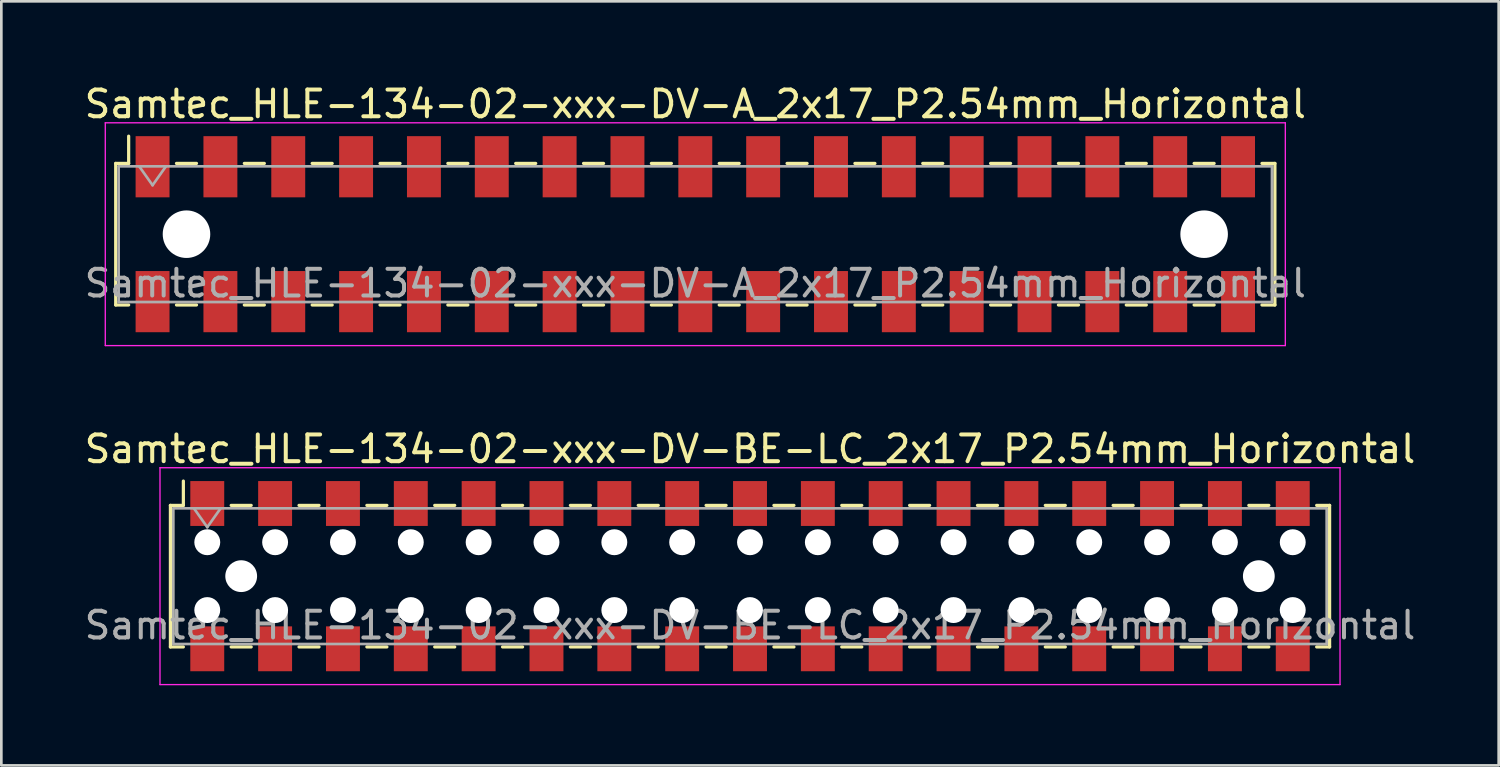
<source format=kicad_pcb>
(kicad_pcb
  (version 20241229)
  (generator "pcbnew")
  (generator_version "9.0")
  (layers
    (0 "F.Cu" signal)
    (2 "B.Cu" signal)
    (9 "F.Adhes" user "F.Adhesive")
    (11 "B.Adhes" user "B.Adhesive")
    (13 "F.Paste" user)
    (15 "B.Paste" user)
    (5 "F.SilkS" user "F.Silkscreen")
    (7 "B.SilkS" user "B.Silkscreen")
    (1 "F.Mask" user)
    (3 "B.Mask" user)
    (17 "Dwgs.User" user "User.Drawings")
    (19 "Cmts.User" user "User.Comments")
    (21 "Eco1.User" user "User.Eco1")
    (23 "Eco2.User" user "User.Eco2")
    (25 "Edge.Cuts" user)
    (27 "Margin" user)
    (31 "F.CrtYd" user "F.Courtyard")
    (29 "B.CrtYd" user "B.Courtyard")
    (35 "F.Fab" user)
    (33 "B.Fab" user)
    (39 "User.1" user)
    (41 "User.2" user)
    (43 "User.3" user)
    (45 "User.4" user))
  (footprint "Samtec_HLE-134-02-xxx-DV-A_2x17_P2.54mm_Horizontal"
    (layer "F.Cu")
    (at 22.982 5.718)
    (property "Reference" "Samtec_HLE-134-02-xxx-DV-A_2x17_P2.54mm_Horizontal" (at 0 -4.87 0) (layer "F.SilkS") (effects (font (size 1 1) (thickness 0.15))))
    (attr smd)
    (fp_line (start -21.7 -2.65) (end -21.7 2.65) (stroke (width 0.12) (type solid)) (layer "F.SilkS"))
    (fp_line (start -21.7 2.65) (end -21.215 2.65) (stroke (width 0.12) (type solid)) (layer "F.SilkS"))
    (fp_line (start -21.215 -3.67) (end -21.215 -2.65) (stroke (width 0.12) (type solid)) (layer "F.SilkS"))
    (fp_line (start -21.215 -2.65) (end -21.7 -2.65) (stroke (width 0.12) (type solid)) (layer "F.SilkS"))
    (fp_line (start -19.425 -2.65) (end -18.675 -2.65) (stroke (width 0.12) (type solid)) (layer "F.SilkS"))
    (fp_line (start -19.425 2.65) (end -18.675 2.65) (stroke (width 0.12) (type solid)) (layer "F.SilkS"))
    (fp_line (start -16.885 -2.65) (end -16.135 -2.65) (stroke (width 0.12) (type solid)) (layer "F.SilkS"))
    (fp_line (start -16.885 2.65) (end -16.135 2.65) (stroke (width 0.12) (type solid)) (layer "F.SilkS"))
    (fp_line (start -14.345 -2.65) (end -13.595 -2.65) (stroke (width 0.12) (type solid)) (layer "F.SilkS"))
    (fp_line (start -14.345 2.65) (end -13.595 2.65) (stroke (width 0.12) (type solid)) (layer "F.SilkS"))
    (fp_line (start -11.805 -2.65) (end -11.055 -2.65) (stroke (width 0.12) (type solid)) (layer "F.SilkS"))
    (fp_line (start -11.805 2.65) (end -11.055 2.65) (stroke (width 0.12) (type solid)) (layer "F.SilkS"))
    (fp_line (start -9.265 -2.65) (end -8.515 -2.65) (stroke (width 0.12) (type solid)) (layer "F.SilkS"))
    (fp_line (start -9.265 2.65) (end -8.515 2.65) (stroke (width 0.12) (type solid)) (layer "F.SilkS"))
    (fp_line (start -6.725 -2.65) (end -5.975 -2.65) (stroke (width 0.12) (type solid)) (layer "F.SilkS"))
    (fp_line (start -6.725 2.65) (end -5.975 2.65) (stroke (width 0.12) (type solid)) (layer "F.SilkS"))
    (fp_line (start -4.185 -2.65) (end -3.435 -2.65) (stroke (width 0.12) (type solid)) (layer "F.SilkS"))
    (fp_line (start -4.185 2.65) (end -3.435 2.65) (stroke (width 0.12) (type solid)) (layer "F.SilkS"))
    (fp_line (start -1.645 -2.65) (end -0.895 -2.65) (stroke (width 0.12) (type solid)) (layer "F.SilkS"))
    (fp_line (start -1.645 2.65) (end -0.895 2.65) (stroke (width 0.12) (type solid)) (layer "F.SilkS"))
    (fp_line (start 0.895 -2.65) (end 1.645 -2.65) (stroke (width 0.12) (type solid)) (layer "F.SilkS"))
    (fp_line (start 0.895 2.65) (end 1.645 2.65) (stroke (width 0.12) (type solid)) (layer "F.SilkS"))
    (fp_line (start 3.435 -2.65) (end 4.185 -2.65) (stroke (width 0.12) (type solid)) (layer "F.SilkS"))
    (fp_line (start 3.435 2.65) (end 4.185 2.65) (stroke (width 0.12) (type solid)) (layer "F.SilkS"))
    (fp_line (start 5.975 -2.65) (end 6.725 -2.65) (stroke (width 0.12) (type solid)) (layer "F.SilkS"))
    (fp_line (start 5.975 2.65) (end 6.725 2.65) (stroke (width 0.12) (type solid)) (layer "F.SilkS"))
    (fp_line (start 8.515 -2.65) (end 9.265 -2.65) (stroke (width 0.12) (type solid)) (layer "F.SilkS"))
    (fp_line (start 8.515 2.65) (end 9.265 2.65) (stroke (width 0.12) (type solid)) (layer "F.SilkS"))
    (fp_line (start 11.055 -2.65) (end 11.805 -2.65) (stroke (width 0.12) (type solid)) (layer "F.SilkS"))
    (fp_line (start 11.055 2.65) (end 11.805 2.65) (stroke (width 0.12) (type solid)) (layer "F.SilkS"))
    (fp_line (start 13.595 -2.65) (end 14.345 -2.65) (stroke (width 0.12) (type solid)) (layer "F.SilkS"))
    (fp_line (start 13.595 2.65) (end 14.345 2.65) (stroke (width 0.12) (type solid)) (layer "F.SilkS"))
    (fp_line (start 16.135 -2.65) (end 16.885 -2.65) (stroke (width 0.12) (type solid)) (layer "F.SilkS"))
    (fp_line (start 16.135 2.65) (end 16.885 2.65) (stroke (width 0.12) (type solid)) (layer "F.SilkS"))
    (fp_line (start 18.675 -2.65) (end 19.425 -2.65) (stroke (width 0.12) (type solid)) (layer "F.SilkS"))
    (fp_line (start 18.675 2.65) (end 19.425 2.65) (stroke (width 0.12) (type solid)) (layer "F.SilkS"))
    (fp_line (start 21.215 -2.65) (end 21.7 -2.65) (stroke (width 0.12) (type solid)) (layer "F.SilkS"))
    (fp_line (start 21.7 -2.65) (end 21.7 2.65) (stroke (width 0.12) (type solid)) (layer "F.SilkS"))
    (fp_line (start 21.7 2.65) (end 21.215 2.65) (stroke (width 0.12) (type solid)) (layer "F.SilkS"))
    (fp_line (start -22.09 -4.17) (end 22.09 -4.17) (stroke (width 0.05) (type solid)) (layer "F.CrtYd"))
    (fp_line (start -22.09 4.17) (end -22.09 -4.17) (stroke (width 0.05) (type solid)) (layer "F.CrtYd"))
    (fp_line (start 22.09 -4.17) (end 22.09 4.17) (stroke (width 0.05) (type solid)) (layer "F.CrtYd"))
    (fp_line (start 22.09 4.17) (end -22.09 4.17) (stroke (width 0.05) (type solid)) (layer "F.CrtYd"))
    (fp_line (start -21.59 -2.54) (end 21.59 -2.54) (stroke (width 0.1) (type solid)) (layer "F.Fab"))
    (fp_line (start -21.59 2.54) (end -21.59 -2.54) (stroke (width 0.1) (type solid)) (layer "F.Fab"))
    (fp_line (start -20.82 -2.54) (end -20.32 -1.833) (stroke (width 0.1) (type solid)) (layer "F.Fab"))
    (fp_line (start -20.32 -1.833) (end -19.82 -2.54) (stroke (width 0.1) (type solid)) (layer "F.Fab"))
    (fp_line (start 21.59 -2.54) (end 21.59 2.54) (stroke (width 0.1) (type solid)) (layer "F.Fab"))
    (fp_line (start 21.59 2.54) (end -21.59 2.54) (stroke (width 0.1) (type solid)) (layer "F.Fab"))
    (fp_text user "${REFERENCE}" (at 0 1.84 0) (layer "F.Fab") (effects (font (size 1 1) (thickness 0.15))))
    (pad "" np_thru_hole circle (at -19.05 0) (size 1.78 1.78) (drill 1.78) (layers "*.Cu" "*.Mask"))
    (pad "" np_thru_hole circle (at 19.05 0) (size 1.78 1.78) (drill 1.78) (layers "*.Cu" "*.Mask"))
    (pad "1" smd rect (at -20.32 -2.525) (size 1.27 2.29) (layers "F.Cu" "F.Mask" "F.Paste"))
    (pad "2" smd rect (at -20.32 2.525) (size 1.27 2.29) (layers "F.Cu" "F.Mask" "F.Paste"))
    (pad "3" smd rect (at -17.78 -2.525) (size 1.27 2.29) (layers "F.Cu" "F.Mask" "F.Paste"))
    (pad "4" smd rect (at -17.78 2.525) (size 1.27 2.29) (layers "F.Cu" "F.Mask" "F.Paste"))
    (pad "5" smd rect (at -15.24 -2.525) (size 1.27 2.29) (layers "F.Cu" "F.Mask" "F.Paste"))
    (pad "6" smd rect (at -15.24 2.525) (size 1.27 2.29) (layers "F.Cu" "F.Mask" "F.Paste"))
    (pad "7" smd rect (at -12.7 -2.525) (size 1.27 2.29) (layers "F.Cu" "F.Mask" "F.Paste"))
    (pad "8" smd rect (at -12.7 2.525) (size 1.27 2.29) (layers "F.Cu" "F.Mask" "F.Paste"))
    (pad "9" smd rect (at -10.16 -2.525) (size 1.27 2.29) (layers "F.Cu" "F.Mask" "F.Paste"))
    (pad "10" smd rect (at -10.16 2.525) (size 1.27 2.29) (layers "F.Cu" "F.Mask" "F.Paste"))
    (pad "11" smd rect (at -7.62 -2.525) (size 1.27 2.29) (layers "F.Cu" "F.Mask" "F.Paste"))
    (pad "12" smd rect (at -7.62 2.525) (size 1.27 2.29) (layers "F.Cu" "F.Mask" "F.Paste"))
    (pad "13" smd rect (at -5.08 -2.525) (size 1.27 2.29) (layers "F.Cu" "F.Mask" "F.Paste"))
    (pad "14" smd rect (at -5.08 2.525) (size 1.27 2.29) (layers "F.Cu" "F.Mask" "F.Paste"))
    (pad "15" smd rect (at -2.54 -2.525) (size 1.27 2.29) (layers "F.Cu" "F.Mask" "F.Paste"))
    (pad "16" smd rect (at -2.54 2.525) (size 1.27 2.29) (layers "F.Cu" "F.Mask" "F.Paste"))
    (pad "17" smd rect (at 0 -2.525) (size 1.27 2.29) (layers "F.Cu" "F.Mask" "F.Paste"))
    (pad "18" smd rect (at 0 2.525) (size 1.27 2.29) (layers "F.Cu" "F.Mask" "F.Paste"))
    (pad "19" smd rect (at 2.54 -2.525) (size 1.27 2.29) (layers "F.Cu" "F.Mask" "F.Paste"))
    (pad "20" smd rect (at 2.54 2.525) (size 1.27 2.29) (layers "F.Cu" "F.Mask" "F.Paste"))
    (pad "21" smd rect (at 5.08 -2.525) (size 1.27 2.29) (layers "F.Cu" "F.Mask" "F.Paste"))
    (pad "22" smd rect (at 5.08 2.525) (size 1.27 2.29) (layers "F.Cu" "F.Mask" "F.Paste"))
    (pad "23" smd rect (at 7.62 -2.525) (size 1.27 2.29) (layers "F.Cu" "F.Mask" "F.Paste"))
    (pad "24" smd rect (at 7.62 2.525) (size 1.27 2.29) (layers "F.Cu" "F.Mask" "F.Paste"))
    (pad "25" smd rect (at 10.16 -2.525) (size 1.27 2.29) (layers "F.Cu" "F.Mask" "F.Paste"))
    (pad "26" smd rect (at 10.16 2.525) (size 1.27 2.29) (layers "F.Cu" "F.Mask" "F.Paste"))
    (pad "27" smd rect (at 12.7 -2.525) (size 1.27 2.29) (layers "F.Cu" "F.Mask" "F.Paste"))
    (pad "28" smd rect (at 12.7 2.525) (size 1.27 2.29) (layers "F.Cu" "F.Mask" "F.Paste"))
    (pad "29" smd rect (at 15.24 -2.525) (size 1.27 2.29) (layers "F.Cu" "F.Mask" "F.Paste"))
    (pad "30" smd rect (at 15.24 2.525) (size 1.27 2.29) (layers "F.Cu" "F.Mask" "F.Paste"))
    (pad "31" smd rect (at 17.78 -2.525) (size 1.27 2.29) (layers "F.Cu" "F.Mask" "F.Paste"))
    (pad "32" smd rect (at 17.78 2.525) (size 1.27 2.29) (layers "F.Cu" "F.Mask" "F.Paste"))
    (pad "33" smd rect (at 20.32 -2.525) (size 1.27 2.29) (layers "F.Cu" "F.Mask" "F.Paste"))
    (pad "34" smd rect (at 20.32 2.525) (size 1.27 2.29) (layers "F.Cu" "F.Mask" "F.Paste")))
  (footprint "Samtec_HLE-134-02-xxx-DV-BE-LC_2x17_P2.54mm_Horizontal"
    (layer "F.Cu")
    (at 25.03 18.521)
    (property "Reference" "Samtec_HLE-134-02-xxx-DV-BE-LC_2x17_P2.54mm_Horizontal" (at 0 -4.76 0) (layer "F.SilkS") (effects (font (size 1 1) (thickness 0.15))))
    (attr smd)
    (fp_line (start -21.7 -2.65) (end -21.7 2.65) (stroke (width 0.12) (type solid)) (layer "F.SilkS"))
    (fp_line (start -21.7 2.65) (end -21.215 2.65) (stroke (width 0.12) (type solid)) (layer "F.SilkS"))
    (fp_line (start -21.215 -3.56) (end -21.215 -2.65) (stroke (width 0.12) (type solid)) (layer "F.SilkS"))
    (fp_line (start -21.215 -2.65) (end -21.7 -2.65) (stroke (width 0.12) (type solid)) (layer "F.SilkS"))
    (fp_line (start -19.425 -2.65) (end -18.675 -2.65) (stroke (width 0.12) (type solid)) (layer "F.SilkS"))
    (fp_line (start -19.425 2.65) (end -18.675 2.65) (stroke (width 0.12) (type solid)) (layer "F.SilkS"))
    (fp_line (start -16.885 -2.65) (end -16.135 -2.65) (stroke (width 0.12) (type solid)) (layer "F.SilkS"))
    (fp_line (start -16.885 2.65) (end -16.135 2.65) (stroke (width 0.12) (type solid)) (layer "F.SilkS"))
    (fp_line (start -14.345 -2.65) (end -13.595 -2.65) (stroke (width 0.12) (type solid)) (layer "F.SilkS"))
    (fp_line (start -14.345 2.65) (end -13.595 2.65) (stroke (width 0.12) (type solid)) (layer "F.SilkS"))
    (fp_line (start -11.805 -2.65) (end -11.055 -2.65) (stroke (width 0.12) (type solid)) (layer "F.SilkS"))
    (fp_line (start -11.805 2.65) (end -11.055 2.65) (stroke (width 0.12) (type solid)) (layer "F.SilkS"))
    (fp_line (start -9.265 -2.65) (end -8.515 -2.65) (stroke (width 0.12) (type solid)) (layer "F.SilkS"))
    (fp_line (start -9.265 2.65) (end -8.515 2.65) (stroke (width 0.12) (type solid)) (layer "F.SilkS"))
    (fp_line (start -6.725 -2.65) (end -5.975 -2.65) (stroke (width 0.12) (type solid)) (layer "F.SilkS"))
    (fp_line (start -6.725 2.65) (end -5.975 2.65) (stroke (width 0.12) (type solid)) (layer "F.SilkS"))
    (fp_line (start -4.185 -2.65) (end -3.435 -2.65) (stroke (width 0.12) (type solid)) (layer "F.SilkS"))
    (fp_line (start -4.185 2.65) (end -3.435 2.65) (stroke (width 0.12) (type solid)) (layer "F.SilkS"))
    (fp_line (start -1.645 -2.65) (end -0.895 -2.65) (stroke (width 0.12) (type solid)) (layer "F.SilkS"))
    (fp_line (start -1.645 2.65) (end -0.895 2.65) (stroke (width 0.12) (type solid)) (layer "F.SilkS"))
    (fp_line (start 0.895 -2.65) (end 1.645 -2.65) (stroke (width 0.12) (type solid)) (layer "F.SilkS"))
    (fp_line (start 0.895 2.65) (end 1.645 2.65) (stroke (width 0.12) (type solid)) (layer "F.SilkS"))
    (fp_line (start 3.435 -2.65) (end 4.185 -2.65) (stroke (width 0.12) (type solid)) (layer "F.SilkS"))
    (fp_line (start 3.435 2.65) (end 4.185 2.65) (stroke (width 0.12) (type solid)) (layer "F.SilkS"))
    (fp_line (start 5.975 -2.65) (end 6.725 -2.65) (stroke (width 0.12) (type solid)) (layer "F.SilkS"))
    (fp_line (start 5.975 2.65) (end 6.725 2.65) (stroke (width 0.12) (type solid)) (layer "F.SilkS"))
    (fp_line (start 8.515 -2.65) (end 9.265 -2.65) (stroke (width 0.12) (type solid)) (layer "F.SilkS"))
    (fp_line (start 8.515 2.65) (end 9.265 2.65) (stroke (width 0.12) (type solid)) (layer "F.SilkS"))
    (fp_line (start 11.055 -2.65) (end 11.805 -2.65) (stroke (width 0.12) (type solid)) (layer "F.SilkS"))
    (fp_line (start 11.055 2.65) (end 11.805 2.65) (stroke (width 0.12) (type solid)) (layer "F.SilkS"))
    (fp_line (start 13.595 -2.65) (end 14.345 -2.65) (stroke (width 0.12) (type solid)) (layer "F.SilkS"))
    (fp_line (start 13.595 2.65) (end 14.345 2.65) (stroke (width 0.12) (type solid)) (layer "F.SilkS"))
    (fp_line (start 16.135 -2.65) (end 16.885 -2.65) (stroke (width 0.12) (type solid)) (layer "F.SilkS"))
    (fp_line (start 16.135 2.65) (end 16.885 2.65) (stroke (width 0.12) (type solid)) (layer "F.SilkS"))
    (fp_line (start 18.675 -2.65) (end 19.425 -2.65) (stroke (width 0.12) (type solid)) (layer "F.SilkS"))
    (fp_line (start 18.675 2.65) (end 19.425 2.65) (stroke (width 0.12) (type solid)) (layer "F.SilkS"))
    (fp_line (start 21.215 -2.65) (end 21.7 -2.65) (stroke (width 0.12) (type solid)) (layer "F.SilkS"))
    (fp_line (start 21.7 -2.65) (end 21.7 2.65) (stroke (width 0.12) (type solid)) (layer "F.SilkS"))
    (fp_line (start 21.7 2.65) (end 21.215 2.65) (stroke (width 0.12) (type solid)) (layer "F.SilkS"))
    (fp_line (start -22.09 -4.06) (end 22.09 -4.06) (stroke (width 0.05) (type solid)) (layer "F.CrtYd"))
    (fp_line (start -22.09 4.06) (end -22.09 -4.06) (stroke (width 0.05) (type solid)) (layer "F.CrtYd"))
    (fp_line (start 22.09 -4.06) (end 22.09 4.06) (stroke (width 0.05) (type solid)) (layer "F.CrtYd"))
    (fp_line (start 22.09 4.06) (end -22.09 4.06) (stroke (width 0.05) (type solid)) (layer "F.CrtYd"))
    (fp_line (start -21.59 -2.54) (end 21.59 -2.54) (stroke (width 0.1) (type solid)) (layer "F.Fab"))
    (fp_line (start -21.59 2.54) (end -21.59 -2.54) (stroke (width 0.1) (type solid)) (layer "F.Fab"))
    (fp_line (start -20.82 -2.54) (end -20.32 -1.833) (stroke (width 0.1) (type solid)) (layer "F.Fab"))
    (fp_line (start -20.32 -1.833) (end -19.82 -2.54) (stroke (width 0.1) (type solid)) (layer "F.Fab"))
    (fp_line (start 21.59 -2.54) (end 21.59 2.54) (stroke (width 0.1) (type solid)) (layer "F.Fab"))
    (fp_line (start 21.59 2.54) (end -21.59 2.54) (stroke (width 0.1) (type solid)) (layer "F.Fab"))
    (fp_text user "${REFERENCE}" (at 0 1.84 0) (layer "F.Fab") (effects (font (size 1 1) (thickness 0.15))))
    (pad "" np_thru_hole circle (at -20.32 -1.27) (size 0.97 0.97) (drill 0.97) (layers "*.Cu" "*.Mask"))
    (pad "" np_thru_hole circle (at -20.32 1.27) (size 0.97 0.97) (drill 0.97) (layers "*.Cu" "*.Mask"))
    (pad "" np_thru_hole circle (at -19.05 0) (size 1.19 1.19) (drill 1.19) (layers "*.Cu" "*.Mask"))
    (pad "" np_thru_hole circle (at -17.78 -1.27) (size 0.97 0.97) (drill 0.97) (layers "*.Cu" "*.Mask"))
    (pad "" np_thru_hole circle (at -17.78 1.27) (size 0.97 0.97) (drill 0.97) (layers "*.Cu" "*.Mask"))
    (pad "" np_thru_hole circle (at -15.24 -1.27) (size 0.97 0.97) (drill 0.97) (layers "*.Cu" "*.Mask"))
    (pad "" np_thru_hole circle (at -15.24 1.27) (size 0.97 0.97) (drill 0.97) (layers "*.Cu" "*.Mask"))
    (pad "" np_thru_hole circle (at -12.7 -1.27) (size 0.97 0.97) (drill 0.97) (layers "*.Cu" "*.Mask"))
    (pad "" np_thru_hole circle (at -12.7 1.27) (size 0.97 0.97) (drill 0.97) (layers "*.Cu" "*.Mask"))
    (pad "" np_thru_hole circle (at -10.16 -1.27) (size 0.97 0.97) (drill 0.97) (layers "*.Cu" "*.Mask"))
    (pad "" np_thru_hole circle (at -10.16 1.27) (size 0.97 0.97) (drill 0.97) (layers "*.Cu" "*.Mask"))
    (pad "" np_thru_hole circle (at -7.62 -1.27) (size 0.97 0.97) (drill 0.97) (layers "*.Cu" "*.Mask"))
    (pad "" np_thru_hole circle (at -7.62 1.27) (size 0.97 0.97) (drill 0.97) (layers "*.Cu" "*.Mask"))
    (pad "" np_thru_hole circle (at -5.08 -1.27) (size 0.97 0.97) (drill 0.97) (layers "*.Cu" "*.Mask"))
    (pad "" np_thru_hole circle (at -5.08 1.27) (size 0.97 0.97) (drill 0.97) (layers "*.Cu" "*.Mask"))
    (pad "" np_thru_hole circle (at -2.54 -1.27) (size 0.97 0.97) (drill 0.97) (layers "*.Cu" "*.Mask"))
    (pad "" np_thru_hole circle (at -2.54 1.27) (size 0.97 0.97) (drill 0.97) (layers "*.Cu" "*.Mask"))
    (pad "" np_thru_hole circle (at 0 -1.27) (size 0.97 0.97) (drill 0.97) (layers "*.Cu" "*.Mask"))
    (pad "" np_thru_hole circle (at 0 1.27) (size 0.97 0.97) (drill 0.97) (layers "*.Cu" "*.Mask"))
    (pad "" np_thru_hole circle (at 2.54 -1.27) (size 0.97 0.97) (drill 0.97) (layers "*.Cu" "*.Mask"))
    (pad "" np_thru_hole circle (at 2.54 1.27) (size 0.97 0.97) (drill 0.97) (layers "*.Cu" "*.Mask"))
    (pad "" np_thru_hole circle (at 5.08 -1.27) (size 0.97 0.97) (drill 0.97) (layers "*.Cu" "*.Mask"))
    (pad "" np_thru_hole circle (at 5.08 1.27) (size 0.97 0.97) (drill 0.97) (layers "*.Cu" "*.Mask"))
    (pad "" np_thru_hole circle (at 7.62 -1.27) (size 0.97 0.97) (drill 0.97) (layers "*.Cu" "*.Mask"))
    (pad "" np_thru_hole circle (at 7.62 1.27) (size 0.97 0.97) (drill 0.97) (layers "*.Cu" "*.Mask"))
    (pad "" np_thru_hole circle (at 10.16 -1.27) (size 0.97 0.97) (drill 0.97) (layers "*.Cu" "*.Mask"))
    (pad "" np_thru_hole circle (at 10.16 1.27) (size 0.97 0.97) (drill 0.97) (layers "*.Cu" "*.Mask"))
    (pad "" np_thru_hole circle (at 12.7 -1.27) (size 0.97 0.97) (drill 0.97) (layers "*.Cu" "*.Mask"))
    (pad "" np_thru_hole circle (at 12.7 1.27) (size 0.97 0.97) (drill 0.97) (layers "*.Cu" "*.Mask"))
    (pad "" np_thru_hole circle (at 15.24 -1.27) (size 0.97 0.97) (drill 0.97) (layers "*.Cu" "*.Mask"))
    (pad "" np_thru_hole circle (at 15.24 1.27) (size 0.97 0.97) (drill 0.97) (layers "*.Cu" "*.Mask"))
    (pad "" np_thru_hole circle (at 17.78 -1.27) (size 0.97 0.97) (drill 0.97) (layers "*.Cu" "*.Mask"))
    (pad "" np_thru_hole circle (at 17.78 1.27) (size 0.97 0.97) (drill 0.97) (layers "*.Cu" "*.Mask"))
    (pad "" np_thru_hole circle (at 19.05 0) (size 1.19 1.19) (drill 1.19) (layers "*.Cu" "*.Mask"))
    (pad "" np_thru_hole circle (at 20.32 -1.27) (size 0.97 0.97) (drill 0.97) (layers "*.Cu" "*.Mask"))
    (pad "" np_thru_hole circle (at 20.32 1.27) (size 0.97 0.97) (drill 0.97) (layers "*.Cu" "*.Mask"))
    (pad "1" smd rect (at -20.32 -2.72) (size 1.27 1.68) (layers "F.Cu" "F.Mask" "F.Paste"))
    (pad "2" smd rect (at -20.32 2.72) (size 1.27 1.68) (layers "F.Cu" "F.Mask" "F.Paste"))
    (pad "3" smd rect (at -17.78 -2.72) (size 1.27 1.68) (layers "F.Cu" "F.Mask" "F.Paste"))
    (pad "4" smd rect (at -17.78 2.72) (size 1.27 1.68) (layers "F.Cu" "F.Mask" "F.Paste"))
    (pad "5" smd rect (at -15.24 -2.72) (size 1.27 1.68) (layers "F.Cu" "F.Mask" "F.Paste"))
    (pad "6" smd rect (at -15.24 2.72) (size 1.27 1.68) (layers "F.Cu" "F.Mask" "F.Paste"))
    (pad "7" smd rect (at -12.7 -2.72) (size 1.27 1.68) (layers "F.Cu" "F.Mask" "F.Paste"))
    (pad "8" smd rect (at -12.7 2.72) (size 1.27 1.68) (layers "F.Cu" "F.Mask" "F.Paste"))
    (pad "9" smd rect (at -10.16 -2.72) (size 1.27 1.68) (layers "F.Cu" "F.Mask" "F.Paste"))
    (pad "10" smd rect (at -10.16 2.72) (size 1.27 1.68) (layers "F.Cu" "F.Mask" "F.Paste"))
    (pad "11" smd rect (at -7.62 -2.72) (size 1.27 1.68) (layers "F.Cu" "F.Mask" "F.Paste"))
    (pad "12" smd rect (at -7.62 2.72) (size 1.27 1.68) (layers "F.Cu" "F.Mask" "F.Paste"))
    (pad "13" smd rect (at -5.08 -2.72) (size 1.27 1.68) (layers "F.Cu" "F.Mask" "F.Paste"))
    (pad "14" smd rect (at -5.08 2.72) (size 1.27 1.68) (layers "F.Cu" "F.Mask" "F.Paste"))
    (pad "15" smd rect (at -2.54 -2.72) (size 1.27 1.68) (layers "F.Cu" "F.Mask" "F.Paste"))
    (pad "16" smd rect (at -2.54 2.72) (size 1.27 1.68) (layers "F.Cu" "F.Mask" "F.Paste"))
    (pad "17" smd rect (at 0 -2.72) (size 1.27 1.68) (layers "F.Cu" "F.Mask" "F.Paste"))
    (pad "18" smd rect (at 0 2.72) (size 1.27 1.68) (layers "F.Cu" "F.Mask" "F.Paste"))
    (pad "19" smd rect (at 2.54 -2.72) (size 1.27 1.68) (layers "F.Cu" "F.Mask" "F.Paste"))
    (pad "20" smd rect (at 2.54 2.72) (size 1.27 1.68) (layers "F.Cu" "F.Mask" "F.Paste"))
    (pad "21" smd rect (at 5.08 -2.72) (size 1.27 1.68) (layers "F.Cu" "F.Mask" "F.Paste"))
    (pad "22" smd rect (at 5.08 2.72) (size 1.27 1.68) (layers "F.Cu" "F.Mask" "F.Paste"))
    (pad "23" smd rect (at 7.62 -2.72) (size 1.27 1.68) (layers "F.Cu" "F.Mask" "F.Paste"))
    (pad "24" smd rect (at 7.62 2.72) (size 1.27 1.68) (layers "F.Cu" "F.Mask" "F.Paste"))
    (pad "25" smd rect (at 10.16 -2.72) (size 1.27 1.68) (layers "F.Cu" "F.Mask" "F.Paste"))
    (pad "26" smd rect (at 10.16 2.72) (size 1.27 1.68) (layers "F.Cu" "F.Mask" "F.Paste"))
    (pad "27" smd rect (at 12.7 -2.72) (size 1.27 1.68) (layers "F.Cu" "F.Mask" "F.Paste"))
    (pad "28" smd rect (at 12.7 2.72) (size 1.27 1.68) (layers "F.Cu" "F.Mask" "F.Paste"))
    (pad "29" smd rect (at 15.24 -2.72) (size 1.27 1.68) (layers "F.Cu" "F.Mask" "F.Paste"))
    (pad "30" smd rect (at 15.24 2.72) (size 1.27 1.68) (layers "F.Cu" "F.Mask" "F.Paste"))
    (pad "31" smd rect (at 17.78 -2.72) (size 1.27 1.68) (layers "F.Cu" "F.Mask" "F.Paste"))
    (pad "32" smd rect (at 17.78 2.72) (size 1.27 1.68) (layers "F.Cu" "F.Mask" "F.Paste"))
    (pad "33" smd rect (at 20.32 -2.72) (size 1.27 1.68) (layers "F.Cu" "F.Mask" "F.Paste"))
    (pad "34" smd rect (at 20.32 2.72) (size 1.27 1.68) (layers "F.Cu" "F.Mask" "F.Paste")))
  (gr_rect
    (start -3 -3)
    (end 53.06 25.607)
    (stroke (width 0.1) (type default))
    (fill no)
    (layer "Edge.Cuts")))
</source>
